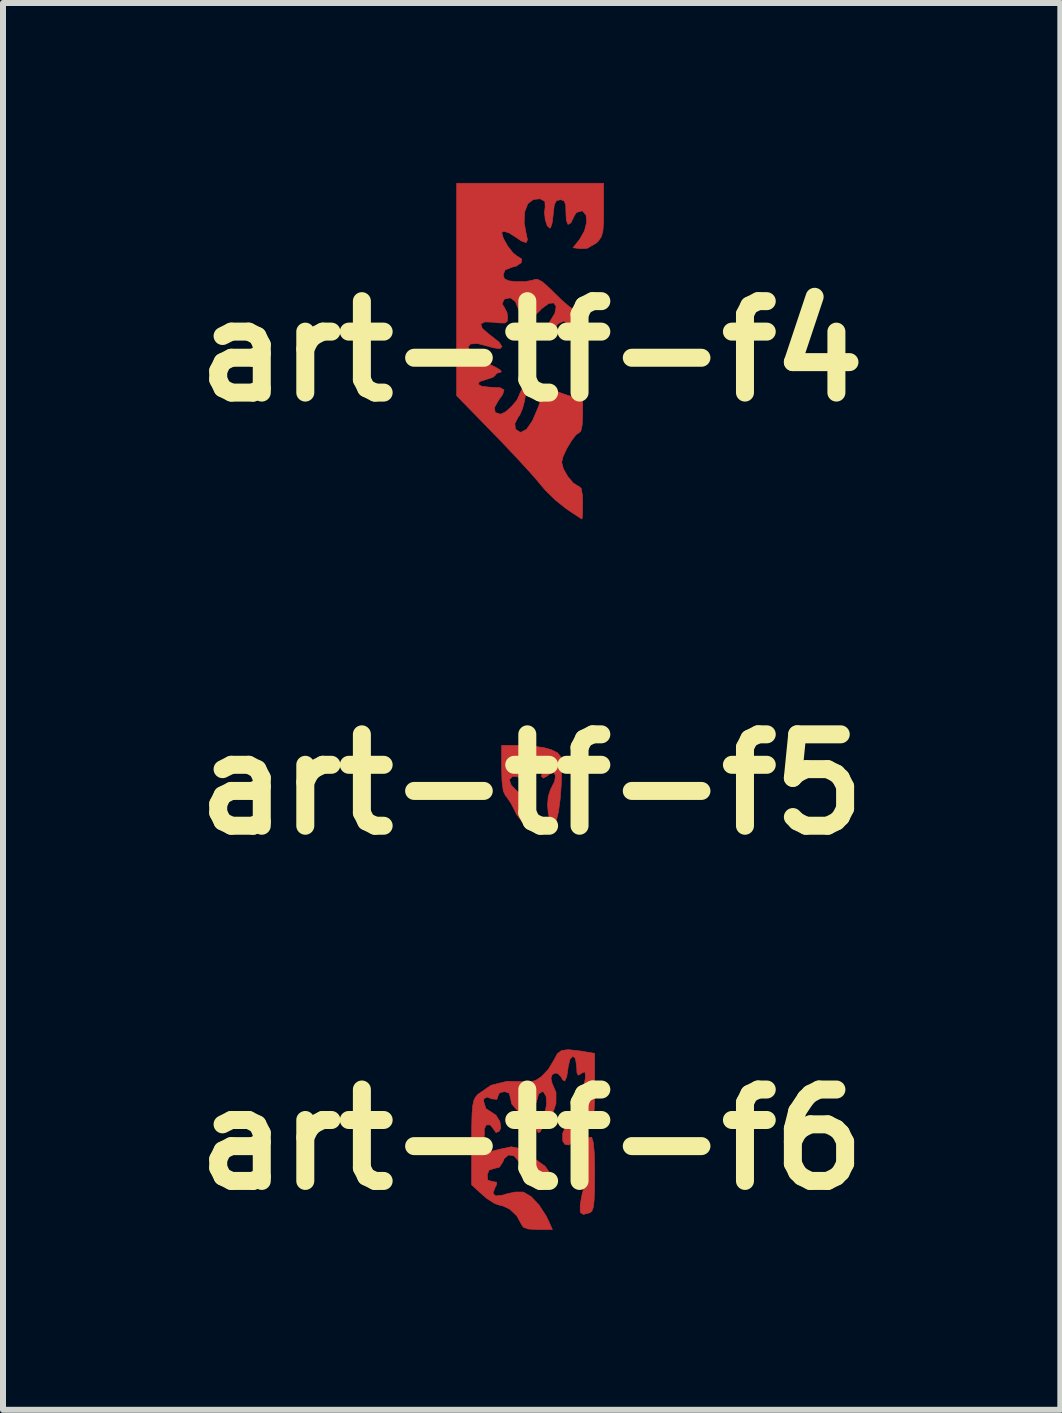
<source format=kicad_pcb>
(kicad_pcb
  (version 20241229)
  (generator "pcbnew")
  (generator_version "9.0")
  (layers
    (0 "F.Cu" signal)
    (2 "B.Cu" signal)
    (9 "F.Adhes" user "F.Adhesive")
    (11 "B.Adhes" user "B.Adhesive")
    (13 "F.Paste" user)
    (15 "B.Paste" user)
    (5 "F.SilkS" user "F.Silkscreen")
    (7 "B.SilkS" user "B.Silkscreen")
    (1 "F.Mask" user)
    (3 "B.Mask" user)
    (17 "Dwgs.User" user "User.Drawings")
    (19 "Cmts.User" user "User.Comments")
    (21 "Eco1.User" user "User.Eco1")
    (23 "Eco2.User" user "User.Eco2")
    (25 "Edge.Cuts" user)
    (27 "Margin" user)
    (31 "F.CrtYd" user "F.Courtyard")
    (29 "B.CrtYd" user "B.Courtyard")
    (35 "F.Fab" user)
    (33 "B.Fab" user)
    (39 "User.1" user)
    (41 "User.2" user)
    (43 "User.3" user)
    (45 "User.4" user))
  (footprint "art-tf-f4"
    (layer "F.Cu")
    (at 5.813 2.805)
    (property "Reference" "art-tf-f4" (at 0 0 0) (layer "F.SilkS") (effects (font (size 1.524 1.524) (thickness 0.3))))
    (attr through_hole)
    (fp_poly (pts (xy 1.2 -2.359) (xy 1.198 -2.142) (xy 1.187 -2.001) (xy 1.162 -1.909) (xy 1.117 -1.842) (xy 1.08 -1.805) (xy 0.927 -1.716) (xy 0.825 -1.709) (xy 0.69 -1.725) (xy 0.8 -1.865) (xy 0.88 -2.005) (xy 0.917 -2.149) (xy 0.907 -2.269) (xy 0.85 -2.336) (xy 0.837 -2.339) (xy 0.748 -2.314) (xy 0.715 -2.266) (xy 0.654 -2.14) (xy 0.606 -2.113) (xy 0.578 -2.183) (xy 0.572 -2.294) (xy 0.568 -2.436) (xy 0.543 -2.505) (xy 0.488 -2.525) (xy 0.475 -2.525) (xy 0.412 -2.509) (xy 0.378 -2.445) (xy 0.361 -2.307) (xy 0.36 -2.288) (xy 0.343 -2.149) (xy 0.317 -2.063) (xy 0.303 -2.05) (xy 0.259 -2.093) (xy 0.226 -2.196) (xy 0.214 -2.317) (xy 0.225 -2.4) (xy 0.221 -2.498) (xy 0.141 -2.541) (xy 0.029 -2.53) (xy -0.064 -2.46) (xy -0.117 -2.321) (xy -0.125 -2.14) (xy -0.098 -1.992) (xy -0.07 -1.858) (xy -0.093 -1.809) (xy -0.175 -1.84) (xy -0.249 -1.891) (xy -0.375 -1.971) (xy -0.466 -2.001) (xy -0.5 -1.977) (xy -0.471 -1.879) (xy -0.401 -1.755) (xy -0.316 -1.644) (xy -0.242 -1.583) (xy -0.237 -1.582) (xy -0.165 -1.537) (xy -0.175 -1.475) (xy -0.255 -1.42) (xy -0.329 -1.4) (xy -0.442 -1.356) (xy -0.475 -1.275) (xy -0.456 -1.209) (xy -0.384 -1.174) (xy -0.263 -1.16) (xy -0.11 -1.161) (xy 0.011 -1.182) (xy 0.032 -1.191) (xy 0.093 -1.201) (xy 0.174 -1.16) (xy 0.292 -1.057) (xy 0.371 -0.979) (xy 0.508 -0.845) (xy 0.63 -0.741) (xy 0.71 -0.687) (xy 0.713 -0.686) (xy 0.775 -0.627) (xy 0.799 -0.499) (xy 0.8 -0.452) (xy 0.79 -0.326) (xy 0.765 -0.255) (xy 0.754 -0.25) (xy 0.669 -0.234) (xy 0.637 -0.223) (xy 0.59 -0.227) (xy 0.583 -0.302) (xy 0.589 -0.348) (xy 0.592 -0.458) (xy 0.551 -0.498) (xy 0.529 -0.5) (xy 0.441 -0.46) (xy 0.418 -0.425) (xy 0.35 -0.363) (xy 0.291 -0.35) (xy 0.228 -0.355) (xy 0.226 -0.386) (xy 0.285 -0.467) (xy 0.296 -0.482) (xy 0.387 -0.633) (xy 0.408 -0.745) (xy 0.37 -0.805) (xy 0.286 -0.798) (xy 0.167 -0.71) (xy 0.131 -0.671) (xy -0.003 -0.546) (xy -0.106 -0.515) (xy -0.179 -0.58) (xy -0.217 -0.697) (xy -0.271 -0.827) (xy -0.354 -0.89) (xy -0.445 -0.873) (xy -0.463 -0.857) (xy -0.493 -0.788) (xy -0.46 -0.74) (xy -0.411 -0.644) (xy -0.4 -0.566) (xy -0.408 -0.497) (xy -0.45 -0.47) (xy -0.553 -0.473) (xy -0.625 -0.483) (xy -0.782 -0.489) (xy -0.849 -0.454) (xy -0.825 -0.383) (xy -0.708 -0.28) (xy -0.675 -0.256) (xy -0.542 -0.15) (xy -0.495 -0.076) (xy -0.53 -0.042) (xy -0.647 -0.059) (xy -0.71 -0.079) (xy -0.902 -0.128) (xy -1.019 -0.122) (xy -1.06 -0.073) (xy -1.023 0.007) (xy -0.907 0.105) (xy -0.738 0.199) (xy -0.597 0.269) (xy -0.515 0.321) (xy -0.507 0.346) (xy -0.512 0.346) (xy -0.587 0.37) (xy -0.6 0.394) (xy -0.643 0.433) (xy -0.747 0.467) (xy -0.75 0.468) (xy -0.868 0.506) (xy -0.894 0.549) (xy -0.834 0.584) (xy -0.694 0.6) (xy -0.675 0.6) (xy -0.523 0.609) (xy -0.461 0.644) (xy -0.483 0.721) (xy -0.553 0.818) (xy -0.621 0.939) (xy -0.608 1.021) (xy -0.52 1.05) (xy -0.438 1.013) (xy -0.337 0.924) (xy -0.247 0.817) (xy -0.203 0.725) (xy -0.202 0.715) (xy -0.163 0.637) (xy -0.142 0.62) (xy -0.108 0.632) (xy -0.102 0.711) (xy -0.118 0.827) (xy -0.152 0.954) (xy -0.198 1.062) (xy -0.227 1.102) (xy -0.281 1.207) (xy -0.269 1.301) (xy -0.196 1.349) (xy -0.178 1.35) (xy -0.084 1.301) (xy 0.013 1.16) (xy 0.11 0.933) (xy 0.148 0.819) (xy 0.198 0.679) (xy 0.243 0.596) (xy 0.268 0.588) (xy 0.33 0.631) (xy 0.458 0.686) (xy 0.575 0.727) (xy 0.85 0.814) (xy 0.85 1.082) (xy 0.842 1.23) (xy 0.82 1.328) (xy 0.801 1.35) (xy 0.741 1.391) (xy 0.663 1.493) (xy 0.584 1.625) (xy 0.523 1.756) (xy 0.5 1.851) (xy 0.529 1.961) (xy 0.601 2.087) (xy 0.69 2.194) (xy 0.772 2.248) (xy 0.784 2.25) (xy 0.826 2.287) (xy 0.847 2.407) (xy 0.85 2.525) (xy 0.848 2.675) (xy 0.843 2.774) (xy 0.838 2.797) (xy 0.793 2.77) (xy 0.69 2.702) (xy 0.575 2.624) (xy 0.398 2.483) (xy 0.225 2.314) (xy 0.15 2.225) (xy 0.056 2.112) (xy -0.093 1.946) (xy -0.28 1.744) (xy -0.489 1.523) (xy -0.638 1.369) (xy -1.25 0.742) (xy -1.25 -2.8) (xy 1.2 -2.8) (xy 1.2 -2.359)) (stroke (width 0.01) (type solid)) (fill yes) (layer "F.Cu")))
  (footprint "art-tf-f5"
    (layer "F.Cu")
    (at 5.813 10.026)
    (property "Reference" "art-tf-f5" (at 0 0 0) (layer "F.SilkS") (effects (font (size 1.524 1.524) (thickness 0.3))))
    (attr through_hole)
    (fp_poly (pts (xy 0.029 -0.639) (xy 0.218 -0.609) (xy 0.327 -0.578) (xy 0.432 -0.526) (xy 0.482 -0.464) (xy 0.499 -0.356) (xy 0.5 -0.265) (xy 0.493 0.009) (xy 0.474 0.255) (xy 0.447 0.455) (xy 0.413 0.593) (xy 0.375 0.649) (xy 0.371 0.65) (xy 0.316 0.606) (xy 0.279 0.495) (xy 0.265 0.35) (xy 0.276 0.203) (xy 0.314 0.086) (xy 0.319 0.077) (xy 0.383 -0.051) (xy 0.398 -0.149) (xy 0.369 -0.196) (xy 0.301 -0.175) (xy 0.261 -0.141) (xy 0.192 -0.105) (xy 0.162 -0.139) (xy 0.192 -0.215) (xy 0.198 -0.223) (xy 0.236 -0.315) (xy 0.219 -0.399) (xy 0.159 -0.438) (xy 0.125 -0.432) (xy 0.061 -0.44) (xy 0.05 -0.48) (xy 0.013 -0.538) (xy -0.037 -0.54) (xy -0.084 -0.524) (xy -0.107 -0.485) (xy -0.108 -0.403) (xy -0.09 -0.256) (xy -0.069 -0.125) (xy -0.037 0.075) (xy -0.136 -0.046) (xy -0.241 -0.132) (xy -0.316 -0.135) (xy -0.373 -0.077) (xy -0.34 0.015) (xy -0.217 0.138) (xy -0.171 0.175) (xy -0.054 0.284) (xy -0.006 0.396) (xy 0 0.478) (xy -0.023 0.61) (xy -0.082 0.657) (xy -0.162 0.621) (xy -0.249 0.503) (xy -0.275 0.45) (xy -0.346 0.313) (xy -0.415 0.212) (xy -0.433 0.194) (xy -0.473 0.111) (xy -0.495 -0.06) (xy -0.5 -0.256) (xy -0.5 -0.65) (xy -0.173 -0.65) (xy 0.029 -0.639)) (stroke (width 0.01) (type solid)) (fill yes) (layer "F.Cu")))
  (footprint "art-tf-f6"
    (layer "F.Cu")
    (at 5.813 15.947)
    (property "Reference" "art-tf-f6" (at 0 0 0) (layer "F.SilkS") (effects (font (size 1.524 1.524) (thickness 0.3))))
    (attr through_hole)
    (fp_poly (pts (xy 1.001 -0.037) (xy 1.027 0.047) (xy 1.043 0.216) (xy 1.05 0.479) (xy 1.05 0.57) (xy 1.048 0.835) (xy 1.041 1.016) (xy 1.027 1.13) (xy 1.004 1.193) (xy 0.971 1.22) (xy 0.86 1.248) (xy 0.81 1.212) (xy 0.809 1.097) (xy 0.813 1.062) (xy 0.841 0.913) (xy 0.873 0.795) (xy 0.877 0.785) (xy 0.88 0.706) (xy 0.806 0.666) (xy 0.716 0.613) (xy 0.717 0.532) (xy 0.81 0.428) (xy 0.838 0.407) (xy 0.927 0.328) (xy 0.942 0.263) (xy 0.918 0.212) (xy 0.889 0.087) (xy 0.908 0.034) (xy 0.961 -0.039) (xy 1.001 -0.037)) (stroke (width 0.01) (type solid)) (fill yes) (layer "F.Cu"))
    (fp_poly (pts (xy 0.785 -1.48) (xy 0.863 -1.468) (xy 1.05 -1.437) (xy 1.05 -0.868) (xy 1.047 -0.611) (xy 1.038 -0.439) (xy 1.021 -0.341) (xy 0.994 -0.302) (xy 0.984 -0.3) (xy 0.9 -0.261) (xy 0.8 -0.168) (xy 0.714 -0.051) (xy 0.684 0.013) (xy 0.625 0.09) (xy 0.555 0.081) (xy 0.518 0.024) (xy 0.516 -0.102) (xy 0.581 -0.247) (xy 0.693 -0.376) (xy 0.752 -0.418) (xy 0.871 -0.509) (xy 0.892 -0.581) (xy 0.826 -0.631) (xy 0.781 -0.662) (xy 0.788 -0.722) (xy 0.826 -0.802) (xy 0.88 -0.939) (xy 0.9 -1.054) (xy 0.889 -1.128) (xy 0.844 -1.115) (xy 0.825 -1.1) (xy 0.776 -1.073) (xy 0.755 -1.113) (xy 0.75 -1.223) (xy 0.73 -1.351) (xy 0.686 -1.39) (xy 0.639 -1.341) (xy 0.61 -1.221) (xy 0.585 -1.05) (xy 0.552 -0.976) (xy 0.513 -1) (xy 0.497 -1.038) (xy 0.44 -1.1) (xy 0.39 -1.11) (xy 0.34 -1.08) (xy 0.322 -1.021) (xy 0.341 -0.936) (xy 0.344 -0.931) (xy 0.406 -0.785) (xy 0.405 -0.602) (xy 0.345 -0.421) (xy 0.275 -0.32) (xy 0.193 -0.22) (xy 0.151 -0.147) (xy 0.15 -0.14) (xy 0.12 -0.115) (xy 0.105 -0.122) (xy 0.078 -0.189) (xy 0.102 -0.292) (xy 0.164 -0.389) (xy 0.18 -0.404) (xy 0.231 -0.488) (xy 0.25 -0.606) (xy 0.241 -0.719) (xy 0.201 -0.791) (xy 0.175 -0.8) (xy 0.114 -0.758) (xy 0.1 -0.7) (xy 0.077 -0.619) (xy 0.045 -0.6) (xy -0.01 -0.642) (xy -0.036 -0.7) (xy -0.086 -0.781) (xy -0.131 -0.8) (xy -0.183 -0.76) (xy -0.198 -0.668) (xy -0.176 -0.564) (xy -0.11 -0.53) (xy -0.12 -0.48) (xy -0.2 -0.44) (xy -0.253 -0.502) (xy -0.331 -0.592) (xy -0.35 -0.677) (xy -0.374 -0.774) (xy -0.45 -0.8) (xy -0.531 -0.782) (xy -0.55 -0.757) (xy -0.58 -0.67) (xy -0.67 -0.68) (xy -0.74 -0.71) (xy -0.798 -0.681) (xy -0.8 -0.634) (xy -0.763 -0.516) (xy -0.697 -0.474) (xy -0.596 -0.407) (xy -0.53 -0.301) (xy -0.514 -0.194) (xy -0.54 -0.14) (xy -0.595 -0.116) (xy -0.629 -0.167) (xy -0.69 -0.245) (xy -0.756 -0.245) (xy -0.791 -0.176) (xy -0.788 -0.128) (xy -0.794 -0.018) (xy -0.832 0.021) (xy -0.893 0.087) (xy -0.9 0.123) (xy -0.881 0.164) (xy -0.813 0.187) (xy -0.677 0.198) (xy -0.527 0.16) (xy -0.34 0.12) (xy -0.19 0.15) (xy -0.03 0.279) (xy 0.073 0.337) (xy 0.225 0.446) (xy 0.293 0.543) (xy 0.3 0.587) (xy 0.291 0.675) (xy 0.277 0.7) (xy 0.183 0.67) (xy 0.051 0.595) (xy -0.083 0.5) (xy -0.184 0.409) (xy -0.212 0.368) (xy -0.291 0.273) (xy -0.384 0.256) (xy -0.459 0.318) (xy -0.477 0.366) (xy -0.538 0.461) (xy -0.616 0.479) (xy -0.71 0.509) (xy -0.741 0.588) (xy -0.732 0.676) (xy -0.655 0.7) (xy -0.653 0.7) (xy -0.582 0.711) (xy -0.59 0.763) (xy -0.61 0.798) (xy -0.646 0.896) (xy -0.602 0.94) (xy -0.482 0.926) (xy -0.427 0.908) (xy -0.277 0.874) (xy -0.142 0.875) (xy -0.135 0.877) (xy -0.012 0.948) (xy 0.121 1.088) (xy 0.241 1.273) (xy 0.285 1.363) (xy 0.345 1.5) (xy 0.101 1.5) (xy -0.056 1.491) (xy -0.14 1.46) (xy -0.172 1.409) (xy -0.249 1.27) (xy -0.368 1.158) (xy -0.493 1.101) (xy -0.514 1.1) (xy -0.614 1.067) (xy -0.745 0.984) (xy -0.812 0.927) (xy -1 0.755) (xy -1 0.053) (xy -0.999 -0.229) (xy -0.994 -0.428) (xy -0.983 -0.562) (xy -0.964 -0.651) (xy -0.934 -0.71) (xy -0.896 -0.754) (xy -0.676 -0.906) (xy -0.41 -0.972) (xy -0.218 -0.968) (xy -0.051 -0.959) (xy 0.065 -0.985) (xy 0.164 -1.05) (xy 0.281 -1.175) (xy 0.372 -1.327) (xy 0.374 -1.33) (xy 0.427 -1.43) (xy 0.497 -1.484) (xy 0.608 -1.499) (xy 0.785 -1.48)) (stroke (width 0.01) (type solid)) (fill yes) (layer "F.Cu")))
  (gr_rect
    (start -3 -3)
    (end 14.626 20.452)
    (stroke (width 0.1) (type default))
    (fill no)
    (layer "Edge.Cuts")))
</source>
